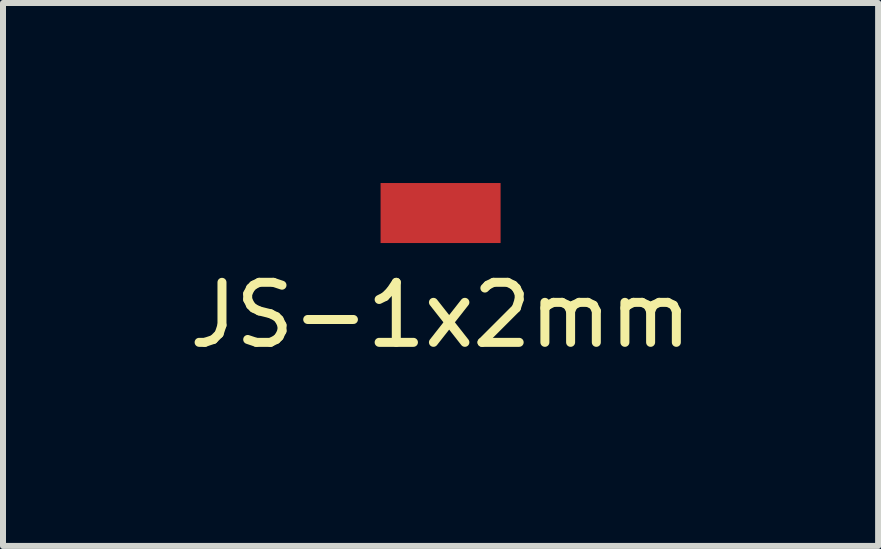
<source format=kicad_pcb>
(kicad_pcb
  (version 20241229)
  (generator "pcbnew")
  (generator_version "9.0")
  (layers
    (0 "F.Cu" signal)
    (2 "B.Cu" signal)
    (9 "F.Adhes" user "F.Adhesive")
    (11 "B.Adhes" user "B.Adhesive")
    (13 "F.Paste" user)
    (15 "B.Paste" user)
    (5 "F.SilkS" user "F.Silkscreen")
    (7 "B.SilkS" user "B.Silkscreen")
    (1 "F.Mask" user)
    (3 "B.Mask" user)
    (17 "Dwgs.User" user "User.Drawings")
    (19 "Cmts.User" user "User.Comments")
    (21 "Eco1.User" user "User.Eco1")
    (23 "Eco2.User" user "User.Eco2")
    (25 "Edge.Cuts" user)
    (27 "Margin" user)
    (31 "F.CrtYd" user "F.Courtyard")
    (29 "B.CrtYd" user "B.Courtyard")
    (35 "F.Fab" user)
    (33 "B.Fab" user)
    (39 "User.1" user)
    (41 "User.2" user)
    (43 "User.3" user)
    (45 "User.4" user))
  (footprint "JS-1x2mm"
    (layer "F.Cu")
    (at 4.292 0.5)
    (property "Reference" "JS-1x2mm" (at 0 1.7 0) (layer "F.SilkS") (effects (font (size 1 1) (thickness 0.15))))
    (attr smd)
    (pad "1" smd rect (at 0 0) (size 2 1) (layers "F.Cu" "F.Mask" "F.Paste")))
  (gr_rect
    (start -3 -3)
    (end 11.583 6.048)
    (stroke (width 0.1) (type default))
    (fill no)
    (layer "Edge.Cuts")))
</source>
